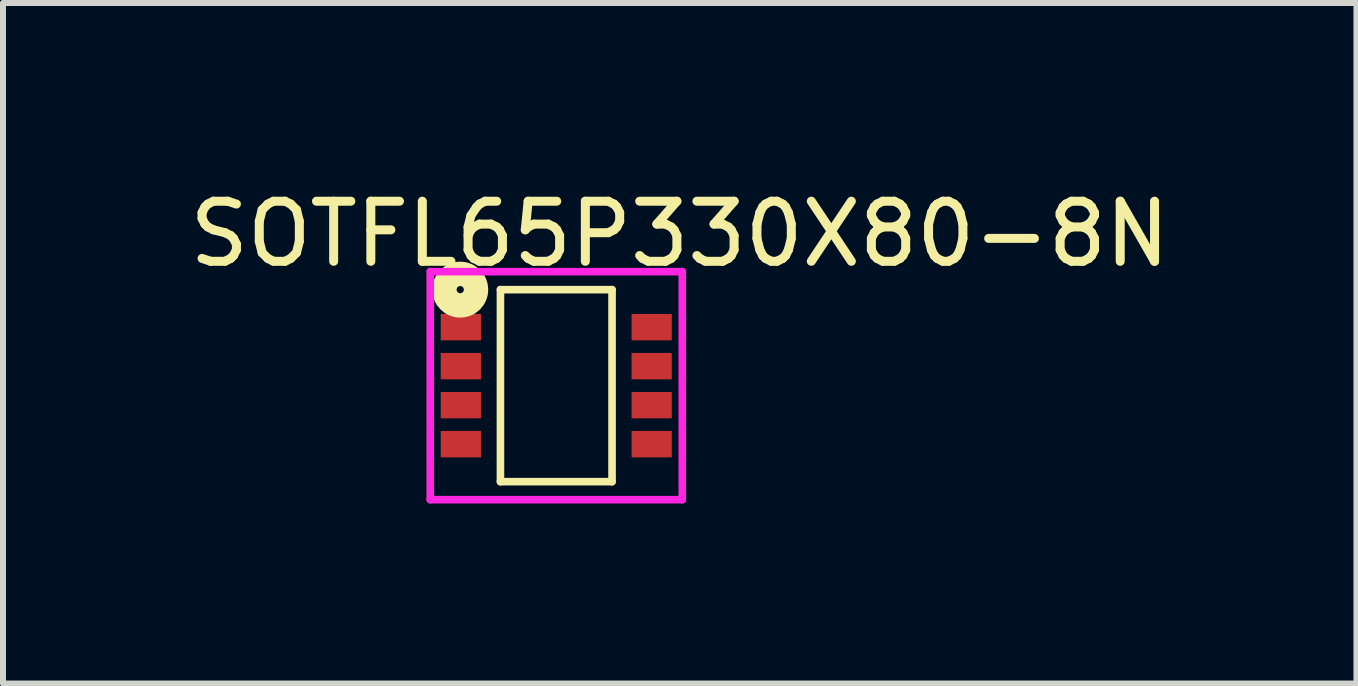
<source format=kicad_pcb>
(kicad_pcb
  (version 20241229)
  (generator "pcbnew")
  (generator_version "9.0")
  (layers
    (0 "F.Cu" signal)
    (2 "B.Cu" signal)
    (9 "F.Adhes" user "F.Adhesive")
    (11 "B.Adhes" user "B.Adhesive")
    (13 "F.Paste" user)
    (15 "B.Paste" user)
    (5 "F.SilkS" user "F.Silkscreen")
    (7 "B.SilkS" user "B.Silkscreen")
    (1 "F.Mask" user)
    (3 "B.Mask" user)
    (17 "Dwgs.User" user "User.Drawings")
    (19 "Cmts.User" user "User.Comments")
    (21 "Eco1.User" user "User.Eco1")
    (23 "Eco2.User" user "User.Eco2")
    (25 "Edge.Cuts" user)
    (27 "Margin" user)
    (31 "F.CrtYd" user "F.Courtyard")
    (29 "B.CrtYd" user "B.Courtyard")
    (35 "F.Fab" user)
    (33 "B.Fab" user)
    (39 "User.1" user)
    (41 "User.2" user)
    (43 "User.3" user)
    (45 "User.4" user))
  (footprint "SOTFL65P330X80-8N"
    (layer "F.Cu")
    (at 6.22 3.377)
    (property "Reference" "SOTFL65P330X80-8N" (at 2.058 -2.528 0) (layer "F.SilkS") (effects (font (size 1.001 1.001) (thickness 0.15))))
    (attr through_hole)
    (fp_line (start -0.93 -1.6) (end -0.93 1.6) (stroke (width 0.127) (type solid)) (layer "F.SilkS"))
    (fp_line (start -0.93 1.6) (end 0.93 1.6) (stroke (width 0.127) (type solid)) (layer "F.SilkS"))
    (fp_line (start 0.93 -1.6) (end -0.93 -1.6) (stroke (width 0.127) (type solid)) (layer "F.SilkS"))
    (fp_line (start 0.93 1.6) (end 0.93 -1.6) (stroke (width 0.127) (type solid)) (layer "F.SilkS"))
    (fp_circle (center -1.6 -1.6) (end -1.54 -1.6) (stroke (width 0.406) (type solid)) (fill no) (layer "F.SilkS"))
    (fp_line (start -2.1 -1.9) (end -2.1 1.9) (stroke (width 0.127) (type solid)) (layer "F.CrtYd"))
    (fp_line (start -2.1 1.9) (end 2.1 1.9) (stroke (width 0.127) (type solid)) (layer "F.CrtYd"))
    (fp_line (start 2.1 -1.9) (end -2.1 -1.9) (stroke (width 0.127) (type solid)) (layer "F.CrtYd"))
    (fp_line (start 2.1 1.9) (end 2.1 -1.9) (stroke (width 0.127) (type solid)) (layer "F.CrtYd"))
    (pad "1" smd rect (at -1.59 -0.975) (size 0.67 0.44) (layers "F.Cu" "F.Mask" "F.Paste"))
    (pad "1" smd rect (at -1.59 -0.325) (size 0.67 0.44) (layers "F.Cu" "F.Mask" "F.Paste"))
    (pad "1" smd rect (at -1.59 0.325) (size 0.67 0.44) (layers "F.Cu" "F.Mask" "F.Paste"))
    (pad "2" smd rect (at -1.59 0.975) (size 0.67 0.44) (layers "F.Cu" "F.Mask" "F.Paste"))
    (pad "3" smd rect (at 1.59 -0.975 180) (size 0.67 0.44) (layers "F.Cu" "F.Mask" "F.Paste"))
    (pad "3" smd rect (at 1.59 -0.325 180) (size 0.67 0.44) (layers "F.Cu" "F.Mask" "F.Paste"))
    (pad "3" smd rect (at 1.59 0.325 180) (size 0.67 0.44) (layers "F.Cu" "F.Mask" "F.Paste"))
    (pad "3" smd rect (at 1.59 0.975 180) (size 0.67 0.44) (layers "F.Cu" "F.Mask" "F.Paste")))
  (gr_rect
    (start -3 -3)
    (end 19.556 8.341)
    (stroke (width 0.1) (type default))
    (fill no)
    (layer "Edge.Cuts")))
</source>
